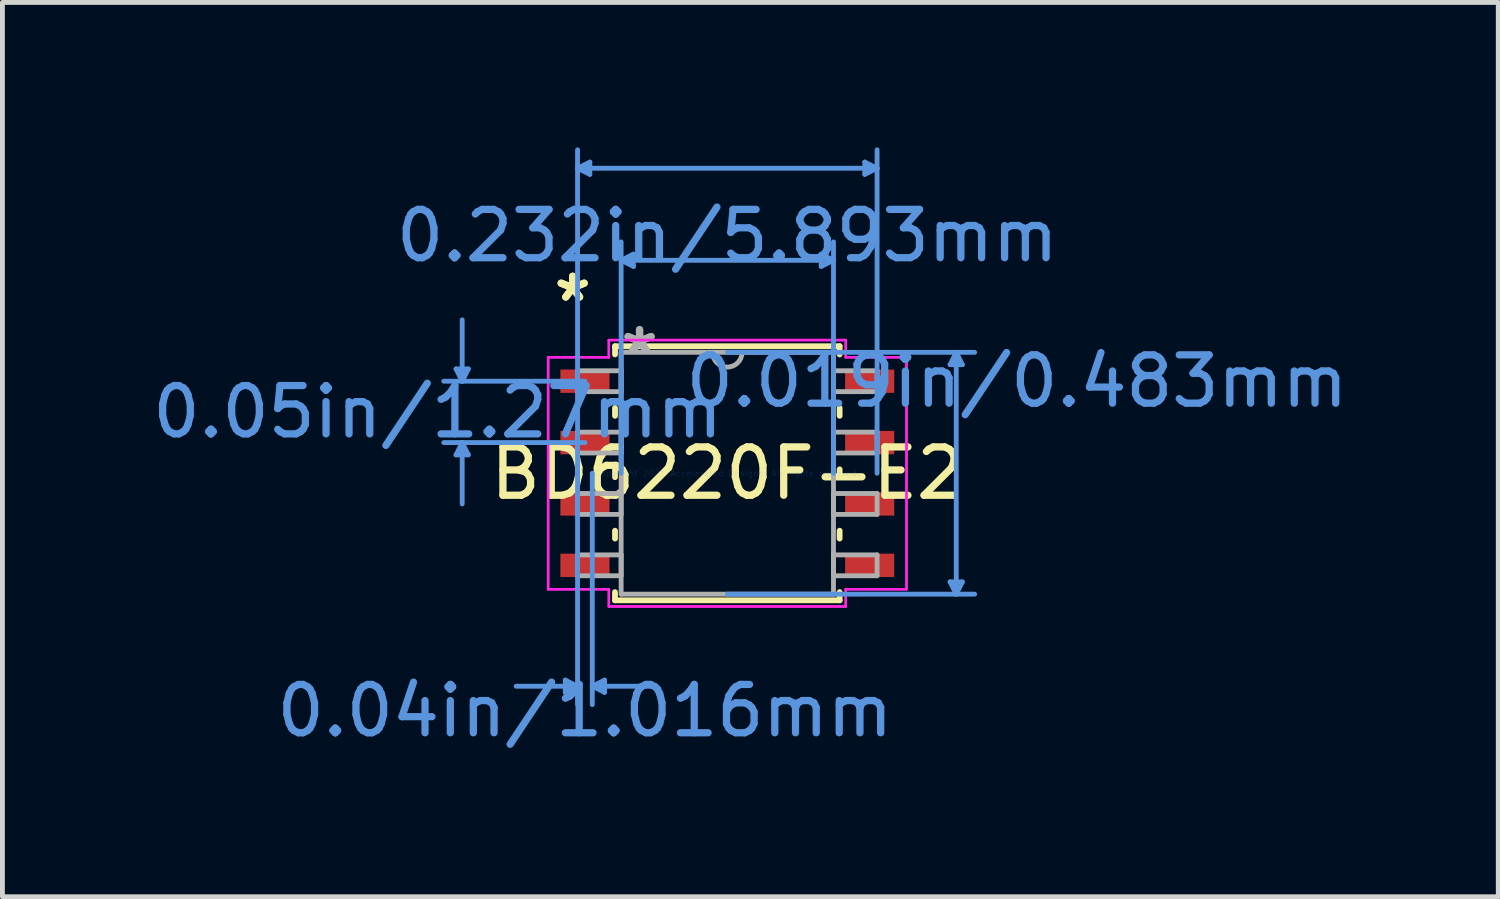
<source format=kicad_pcb>
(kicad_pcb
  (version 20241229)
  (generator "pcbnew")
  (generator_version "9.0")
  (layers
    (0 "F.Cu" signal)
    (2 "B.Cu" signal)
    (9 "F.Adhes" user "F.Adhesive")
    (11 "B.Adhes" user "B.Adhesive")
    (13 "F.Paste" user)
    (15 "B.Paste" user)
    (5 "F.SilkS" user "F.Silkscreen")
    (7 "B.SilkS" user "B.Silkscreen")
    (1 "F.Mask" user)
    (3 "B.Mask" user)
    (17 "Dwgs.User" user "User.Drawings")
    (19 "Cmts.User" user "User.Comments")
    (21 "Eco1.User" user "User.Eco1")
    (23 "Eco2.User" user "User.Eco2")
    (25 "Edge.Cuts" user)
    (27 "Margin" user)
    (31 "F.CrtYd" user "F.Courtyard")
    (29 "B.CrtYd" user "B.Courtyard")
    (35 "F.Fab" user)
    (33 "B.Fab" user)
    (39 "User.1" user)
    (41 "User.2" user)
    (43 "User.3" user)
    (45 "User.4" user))
  (footprint "BD6220F-E2"
    (layer "F.Cu")
    (at 12 6.743)
    (property "Reference" "BD6220F-E2" (at 0 0 0) (layer "F.SilkS") (effects (font (size 1 1) (thickness 0.15))))
    (attr through_hole)
    (fp_line (start -2.324 -2.629) (end -2.324 -2.459) (stroke (width 0.12) (type solid)) (layer "F.SilkS"))
    (fp_line (start -2.324 -1.351) (end -2.324 -1.189) (stroke (width 0.12) (type solid)) (layer "F.SilkS"))
    (fp_line (start -2.324 -0.081) (end -2.324 0.081) (stroke (width 0.12) (type solid)) (layer "F.SilkS"))
    (fp_line (start -2.324 1.189) (end -2.324 1.351) (stroke (width 0.12) (type solid)) (layer "F.SilkS"))
    (fp_line (start -2.324 2.459) (end -2.324 2.629) (stroke (width 0.12) (type solid)) (layer "F.SilkS"))
    (fp_line (start -2.324 2.629) (end 2.324 2.629) (stroke (width 0.12) (type solid)) (layer "F.SilkS"))
    (fp_line (start 2.324 -2.629) (end -2.324 -2.629) (stroke (width 0.12) (type solid)) (layer "F.SilkS"))
    (fp_line (start 2.324 -2.459) (end 2.324 -2.629) (stroke (width 0.12) (type solid)) (layer "F.SilkS"))
    (fp_line (start 2.324 -1.189) (end 2.324 -1.351) (stroke (width 0.12) (type solid)) (layer "F.SilkS"))
    (fp_line (start 2.324 0.081) (end 2.324 -0.081) (stroke (width 0.12) (type solid)) (layer "F.SilkS"))
    (fp_line (start 2.324 1.351) (end 2.324 1.189) (stroke (width 0.12) (type solid)) (layer "F.SilkS"))
    (fp_line (start 2.324 2.629) (end 2.324 2.459) (stroke (width 0.12) (type solid)) (layer "F.SilkS"))
    (fp_line (start -5.613 -2.159) (end -5.359 -2.159) (stroke (width 0.1) (type solid)) (layer "Cmts.User"))
    (fp_line (start -5.613 -0.381) (end -5.359 -0.381) (stroke (width 0.1) (type solid)) (layer "Cmts.User"))
    (fp_line (start -5.486 -1.905) (end -5.613 -2.159) (stroke (width 0.1) (type solid)) (layer "Cmts.User"))
    (fp_line (start -5.486 -1.905) (end -5.486 -3.175) (stroke (width 0.1) (type solid)) (layer "Cmts.User"))
    (fp_line (start -5.486 -1.905) (end -5.359 -2.159) (stroke (width 0.1) (type solid)) (layer "Cmts.User"))
    (fp_line (start -5.486 -0.635) (end -5.613 -0.381) (stroke (width 0.1) (type solid)) (layer "Cmts.User"))
    (fp_line (start -5.486 -0.635) (end -5.486 0.635) (stroke (width 0.1) (type solid)) (layer "Cmts.User"))
    (fp_line (start -5.486 -0.635) (end -5.359 -0.381) (stroke (width 0.1) (type solid)) (layer "Cmts.User"))
    (fp_line (start -3.353 4.28) (end -3.353 4.534) (stroke (width 0.1) (type solid)) (layer "Cmts.User"))
    (fp_line (start -3.099 -6.312) (end -2.845 -6.439) (stroke (width 0.1) (type solid)) (layer "Cmts.User"))
    (fp_line (start -3.099 -6.312) (end -2.845 -6.185) (stroke (width 0.1) (type solid)) (layer "Cmts.User"))
    (fp_line (start -3.099 -6.312) (end 3.099 -6.312) (stroke (width 0.1) (type solid)) (layer "Cmts.User"))
    (fp_line (start -3.099 0) (end -3.099 -6.693) (stroke (width 0.1) (type solid)) (layer "Cmts.User"))
    (fp_line (start -3.099 0) (end -3.099 4.788) (stroke (width 0.1) (type solid)) (layer "Cmts.User"))
    (fp_line (start -3.099 4.407) (end -4.369 4.407) (stroke (width 0.1) (type solid)) (layer "Cmts.User"))
    (fp_line (start -3.099 4.407) (end -3.353 4.28) (stroke (width 0.1) (type solid)) (layer "Cmts.User"))
    (fp_line (start -3.099 4.407) (end -3.353 4.534) (stroke (width 0.1) (type solid)) (layer "Cmts.User"))
    (fp_line (start -2.946 -1.905) (end -5.867 -1.905) (stroke (width 0.1) (type solid)) (layer "Cmts.User"))
    (fp_line (start -2.946 -0.635) (end -5.867 -0.635) (stroke (width 0.1) (type solid)) (layer "Cmts.User"))
    (fp_line (start -2.845 -6.439) (end -2.845 -6.185) (stroke (width 0.1) (type solid)) (layer "Cmts.User"))
    (fp_line (start -2.794 0) (end -2.794 4.788) (stroke (width 0.1) (type solid)) (layer "Cmts.User"))
    (fp_line (start -2.794 4.407) (end -2.54 4.28) (stroke (width 0.1) (type solid)) (layer "Cmts.User"))
    (fp_line (start -2.794 4.407) (end -2.54 4.534) (stroke (width 0.1) (type solid)) (layer "Cmts.User"))
    (fp_line (start -2.794 4.407) (end -1.524 4.407) (stroke (width 0.1) (type solid)) (layer "Cmts.User"))
    (fp_line (start -2.54 4.28) (end -2.54 4.534) (stroke (width 0.1) (type solid)) (layer "Cmts.User"))
    (fp_line (start -2.197 -4.407) (end -1.943 -4.534) (stroke (width 0.1) (type solid)) (layer "Cmts.User"))
    (fp_line (start -2.197 -4.407) (end -1.943 -4.28) (stroke (width 0.1) (type solid)) (layer "Cmts.User"))
    (fp_line (start -2.197 -4.407) (end 2.197 -4.407) (stroke (width 0.1) (type solid)) (layer "Cmts.User"))
    (fp_line (start -2.197 0) (end -2.197 -4.788) (stroke (width 0.1) (type solid)) (layer "Cmts.User"))
    (fp_line (start -1.943 -4.534) (end -1.943 -4.28) (stroke (width 0.1) (type solid)) (layer "Cmts.User"))
    (fp_line (start 0 -2.502) (end 5.118 -2.502) (stroke (width 0.1) (type solid)) (layer "Cmts.User"))
    (fp_line (start 0 2.502) (end 5.118 2.502) (stroke (width 0.1) (type solid)) (layer "Cmts.User"))
    (fp_line (start 1.943 -4.534) (end 1.943 -4.28) (stroke (width 0.1) (type solid)) (layer "Cmts.User"))
    (fp_line (start 2.197 -4.407) (end 1.943 -4.534) (stroke (width 0.1) (type solid)) (layer "Cmts.User"))
    (fp_line (start 2.197 -4.407) (end 1.943 -4.28) (stroke (width 0.1) (type solid)) (layer "Cmts.User"))
    (fp_line (start 2.197 0) (end 2.197 -4.788) (stroke (width 0.1) (type solid)) (layer "Cmts.User"))
    (fp_line (start 2.845 -6.439) (end 2.845 -6.185) (stroke (width 0.1) (type solid)) (layer "Cmts.User"))
    (fp_line (start 3.099 -6.312) (end 2.845 -6.439) (stroke (width 0.1) (type solid)) (layer "Cmts.User"))
    (fp_line (start 3.099 -6.312) (end 2.845 -6.185) (stroke (width 0.1) (type solid)) (layer "Cmts.User"))
    (fp_line (start 3.099 0) (end 3.099 -6.693) (stroke (width 0.1) (type solid)) (layer "Cmts.User"))
    (fp_line (start 4.61 -2.248) (end 4.864 -2.248) (stroke (width 0.1) (type solid)) (layer "Cmts.User"))
    (fp_line (start 4.61 2.248) (end 4.864 2.248) (stroke (width 0.1) (type solid)) (layer "Cmts.User"))
    (fp_line (start 4.737 -2.502) (end 4.61 -2.248) (stroke (width 0.1) (type solid)) (layer "Cmts.User"))
    (fp_line (start 4.737 -2.502) (end 4.737 2.502) (stroke (width 0.1) (type solid)) (layer "Cmts.User"))
    (fp_line (start 4.737 -2.502) (end 4.864 -2.248) (stroke (width 0.1) (type solid)) (layer "Cmts.User"))
    (fp_line (start 4.737 2.502) (end 4.61 2.248) (stroke (width 0.1) (type solid)) (layer "Cmts.User"))
    (fp_line (start 4.737 2.502) (end 4.864 2.248) (stroke (width 0.1) (type solid)) (layer "Cmts.User"))
    (fp_line (start -3.708 -2.4) (end -2.451 -2.4) (stroke (width 0.05) (type solid)) (layer "F.CrtYd"))
    (fp_line (start -3.708 -2.4) (end -2.451 -2.4) (stroke (width 0.05) (type solid)) (layer "F.CrtYd"))
    (fp_line (start -3.708 2.4) (end -3.708 -2.4) (stroke (width 0.05) (type solid)) (layer "F.CrtYd"))
    (fp_line (start -3.708 2.4) (end -3.708 -2.4) (stroke (width 0.05) (type solid)) (layer "F.CrtYd"))
    (fp_line (start -3.708 2.4) (end -2.451 2.4) (stroke (width 0.05) (type solid)) (layer "F.CrtYd"))
    (fp_line (start -2.451 -2.756) (end 2.451 -2.756) (stroke (width 0.05) (type solid)) (layer "F.CrtYd"))
    (fp_line (start -2.451 -2.756) (end 2.451 -2.756) (stroke (width 0.05) (type solid)) (layer "F.CrtYd"))
    (fp_line (start -2.451 -2.4) (end -2.451 -2.756) (stroke (width 0.05) (type solid)) (layer "F.CrtYd"))
    (fp_line (start -2.451 -2.4) (end -2.451 -2.756) (stroke (width 0.05) (type solid)) (layer "F.CrtYd"))
    (fp_line (start -2.451 2.4) (end -3.708 2.4) (stroke (width 0.05) (type solid)) (layer "F.CrtYd"))
    (fp_line (start -2.451 2.756) (end -2.451 2.4) (stroke (width 0.05) (type solid)) (layer "F.CrtYd"))
    (fp_line (start -2.451 2.756) (end -2.451 2.4) (stroke (width 0.05) (type solid)) (layer "F.CrtYd"))
    (fp_line (start 2.451 -2.756) (end 2.451 -2.4) (stroke (width 0.05) (type solid)) (layer "F.CrtYd"))
    (fp_line (start 2.451 -2.756) (end 2.451 -2.4) (stroke (width 0.05) (type solid)) (layer "F.CrtYd"))
    (fp_line (start 2.451 -2.4) (end 3.708 -2.4) (stroke (width 0.05) (type solid)) (layer "F.CrtYd"))
    (fp_line (start 2.451 2.4) (end 2.451 2.756) (stroke (width 0.05) (type solid)) (layer "F.CrtYd"))
    (fp_line (start 2.451 2.4) (end 2.451 2.756) (stroke (width 0.05) (type solid)) (layer "F.CrtYd"))
    (fp_line (start 2.451 2.756) (end -2.451 2.756) (stroke (width 0.05) (type solid)) (layer "F.CrtYd"))
    (fp_line (start 2.451 2.756) (end -2.451 2.756) (stroke (width 0.05) (type solid)) (layer "F.CrtYd"))
    (fp_line (start 3.708 -2.4) (end 2.451 -2.4) (stroke (width 0.05) (type solid)) (layer "F.CrtYd"))
    (fp_line (start 3.708 -2.4) (end 3.708 2.4) (stroke (width 0.05) (type solid)) (layer "F.CrtYd"))
    (fp_line (start 3.708 -2.4) (end 3.708 2.4) (stroke (width 0.05) (type solid)) (layer "F.CrtYd"))
    (fp_line (start 3.708 2.4) (end 2.451 2.4) (stroke (width 0.05) (type solid)) (layer "F.CrtYd"))
    (fp_line (start 3.708 2.4) (end 2.451 2.4) (stroke (width 0.05) (type solid)) (layer "F.CrtYd"))
    (fp_line (start -3.099 -2.121) (end -3.099 -1.689) (stroke (width 0.1) (type solid)) (layer "F.Fab"))
    (fp_line (start -3.099 -1.689) (end -2.197 -1.689) (stroke (width 0.1) (type solid)) (layer "F.Fab"))
    (fp_line (start -3.099 -0.851) (end -3.099 -0.419) (stroke (width 0.1) (type solid)) (layer "F.Fab"))
    (fp_line (start -3.099 -0.419) (end -2.197 -0.419) (stroke (width 0.1) (type solid)) (layer "F.Fab"))
    (fp_line (start -3.099 0.419) (end -3.099 0.851) (stroke (width 0.1) (type solid)) (layer "F.Fab"))
    (fp_line (start -3.099 0.851) (end -2.197 0.851) (stroke (width 0.1) (type solid)) (layer "F.Fab"))
    (fp_line (start -3.099 1.689) (end -3.099 2.121) (stroke (width 0.1) (type solid)) (layer "F.Fab"))
    (fp_line (start -3.099 2.121) (end -2.197 2.121) (stroke (width 0.1) (type solid)) (layer "F.Fab"))
    (fp_line (start -2.197 -2.502) (end -2.197 2.502) (stroke (width 0.1) (type solid)) (layer "F.Fab"))
    (fp_line (start -2.197 -2.121) (end -3.099 -2.121) (stroke (width 0.1) (type solid)) (layer "F.Fab"))
    (fp_line (start -2.197 -1.689) (end -2.197 -2.121) (stroke (width 0.1) (type solid)) (layer "F.Fab"))
    (fp_line (start -2.197 -0.851) (end -3.099 -0.851) (stroke (width 0.1) (type solid)) (layer "F.Fab"))
    (fp_line (start -2.197 -0.419) (end -2.197 -0.851) (stroke (width 0.1) (type solid)) (layer "F.Fab"))
    (fp_line (start -2.197 0.419) (end -3.099 0.419) (stroke (width 0.1) (type solid)) (layer "F.Fab"))
    (fp_line (start -2.197 0.851) (end -2.197 0.419) (stroke (width 0.1) (type solid)) (layer "F.Fab"))
    (fp_line (start -2.197 1.689) (end -3.099 1.689) (stroke (width 0.1) (type solid)) (layer "F.Fab"))
    (fp_line (start -2.197 2.121) (end -2.197 1.689) (stroke (width 0.1) (type solid)) (layer "F.Fab"))
    (fp_line (start -2.197 2.502) (end 2.197 2.502) (stroke (width 0.1) (type solid)) (layer "F.Fab"))
    (fp_line (start 2.197 -2.502) (end -2.197 -2.502) (stroke (width 0.1) (type solid)) (layer "F.Fab"))
    (fp_line (start 2.197 -2.121) (end 2.197 -1.689) (stroke (width 0.1) (type solid)) (layer "F.Fab"))
    (fp_line (start 2.197 -1.689) (end 3.099 -1.689) (stroke (width 0.1) (type solid)) (layer "F.Fab"))
    (fp_line (start 2.197 -0.851) (end 2.197 -0.419) (stroke (width 0.1) (type solid)) (layer "F.Fab"))
    (fp_line (start 2.197 -0.419) (end 3.099 -0.419) (stroke (width 0.1) (type solid)) (layer "F.Fab"))
    (fp_line (start 2.197 0.419) (end 2.197 0.851) (stroke (width 0.1) (type solid)) (layer "F.Fab"))
    (fp_line (start 2.197 0.851) (end 3.099 0.851) (stroke (width 0.1) (type solid)) (layer "F.Fab"))
    (fp_line (start 2.197 1.689) (end 2.197 2.121) (stroke (width 0.1) (type solid)) (layer "F.Fab"))
    (fp_line (start 2.197 2.121) (end 3.099 2.121) (stroke (width 0.1) (type solid)) (layer "F.Fab"))
    (fp_line (start 2.197 2.502) (end 2.197 -2.502) (stroke (width 0.1) (type solid)) (layer "F.Fab"))
    (fp_line (start 3.099 -2.121) (end 2.197 -2.121) (stroke (width 0.1) (type solid)) (layer "F.Fab"))
    (fp_line (start 3.099 -1.689) (end 3.099 -2.121) (stroke (width 0.1) (type solid)) (layer "F.Fab"))
    (fp_line (start 3.099 -0.851) (end 2.197 -0.851) (stroke (width 0.1) (type solid)) (layer "F.Fab"))
    (fp_line (start 3.099 -0.419) (end 3.099 -0.851) (stroke (width 0.1) (type solid)) (layer "F.Fab"))
    (fp_line (start 3.099 0.419) (end 2.197 0.419) (stroke (width 0.1) (type solid)) (layer "F.Fab"))
    (fp_line (start 3.099 0.851) (end 3.099 0.419) (stroke (width 0.1) (type solid)) (layer "F.Fab"))
    (fp_line (start 3.099 1.689) (end 2.197 1.689) (stroke (width 0.1) (type solid)) (layer "F.Fab"))
    (fp_line (start 3.099 2.121) (end 3.099 1.689) (stroke (width 0.1) (type solid)) (layer "F.Fab"))
    (fp_arc (start 0.3048 -2.5019) (mid 0 -2.1971) (end -0.3048 -2.5019) (stroke (width 0.1) (type solid)) (layer "F.Fab"))
    (fp_text user "*" (at -3.2 -3.531 0) (layer "F.SilkS") (effects (font (size 1 1) (thickness 0.15))))
    (fp_text user "*" (at -3.2 -3.531 0) (layer "F.SilkS") (effects (font (size 1 1) (thickness 0.15))))
    (fp_text user "0.04in/1.016mm" (at -2.946 4.915 0) (layer "Cmts.User") (effects (font (size 1 1) (thickness 0.15))))
    (fp_text user "Copyright 2021 Accelerated Designs. All rights reserved." (at 0 0 0) (layer "Cmts.User") (effects (font (size 0.127 0.127) (thickness 0.002))))
    (fp_text user "0.232in/5.893mm" (at 0 -4.915 0) (layer "Cmts.User") (effects (font (size 1 1) (thickness 0.15))))
    (fp_text user "0.05in/1.27mm" (at -5.994 -1.27 0) (layer "Cmts.User") (effects (font (size 1 1) (thickness 0.15))))
    (fp_text user "0.019in/0.483mm" (at 5.994 -1.905 0) (layer "Cmts.User") (effects (font (size 1 1) (thickness 0.15))))
    (fp_text user "*" (at -1.816 -2.426 0) (layer "F.Fab") (effects (font (size 1 1) (thickness 0.15))))
    (fp_text user "*" (at -1.816 -2.426 0) (layer "F.Fab") (effects (font (size 1 1) (thickness 0.15))))
    (pad "1" smd rect (at -2.946 -1.905) (size 1.016 0.483) (layers "F.Cu" "F.Mask" "F.Paste"))
    (pad "2" smd rect (at -2.946 -0.635) (size 1.016 0.483) (layers "F.Cu" "F.Mask" "F.Paste"))
    (pad "3" smd rect (at -2.946 0.635) (size 1.016 0.483) (layers "F.Cu" "F.Mask" "F.Paste"))
    (pad "4" smd rect (at -2.946 1.905) (size 1.016 0.483) (layers "F.Cu" "F.Mask" "F.Paste"))
    (pad "5" smd rect (at 2.946 1.905) (size 1.016 0.483) (layers "F.Cu" "F.Mask" "F.Paste"))
    (pad "6" smd rect (at 2.946 0.635) (size 1.016 0.483) (layers "F.Cu" "F.Mask" "F.Paste"))
    (pad "7" smd rect (at 2.946 -0.635) (size 1.016 0.483) (layers "F.Cu" "F.Mask" "F.Paste"))
    (pad "8" smd rect (at 2.946 -1.905) (size 1.016 0.483) (layers "F.Cu" "F.Mask" "F.Paste")))
  (gr_rect
    (start -3 -3)
    (end 27.953 15.506)
    (stroke (width 0.1) (type default))
    (fill no)
    (layer "Edge.Cuts")))
</source>
